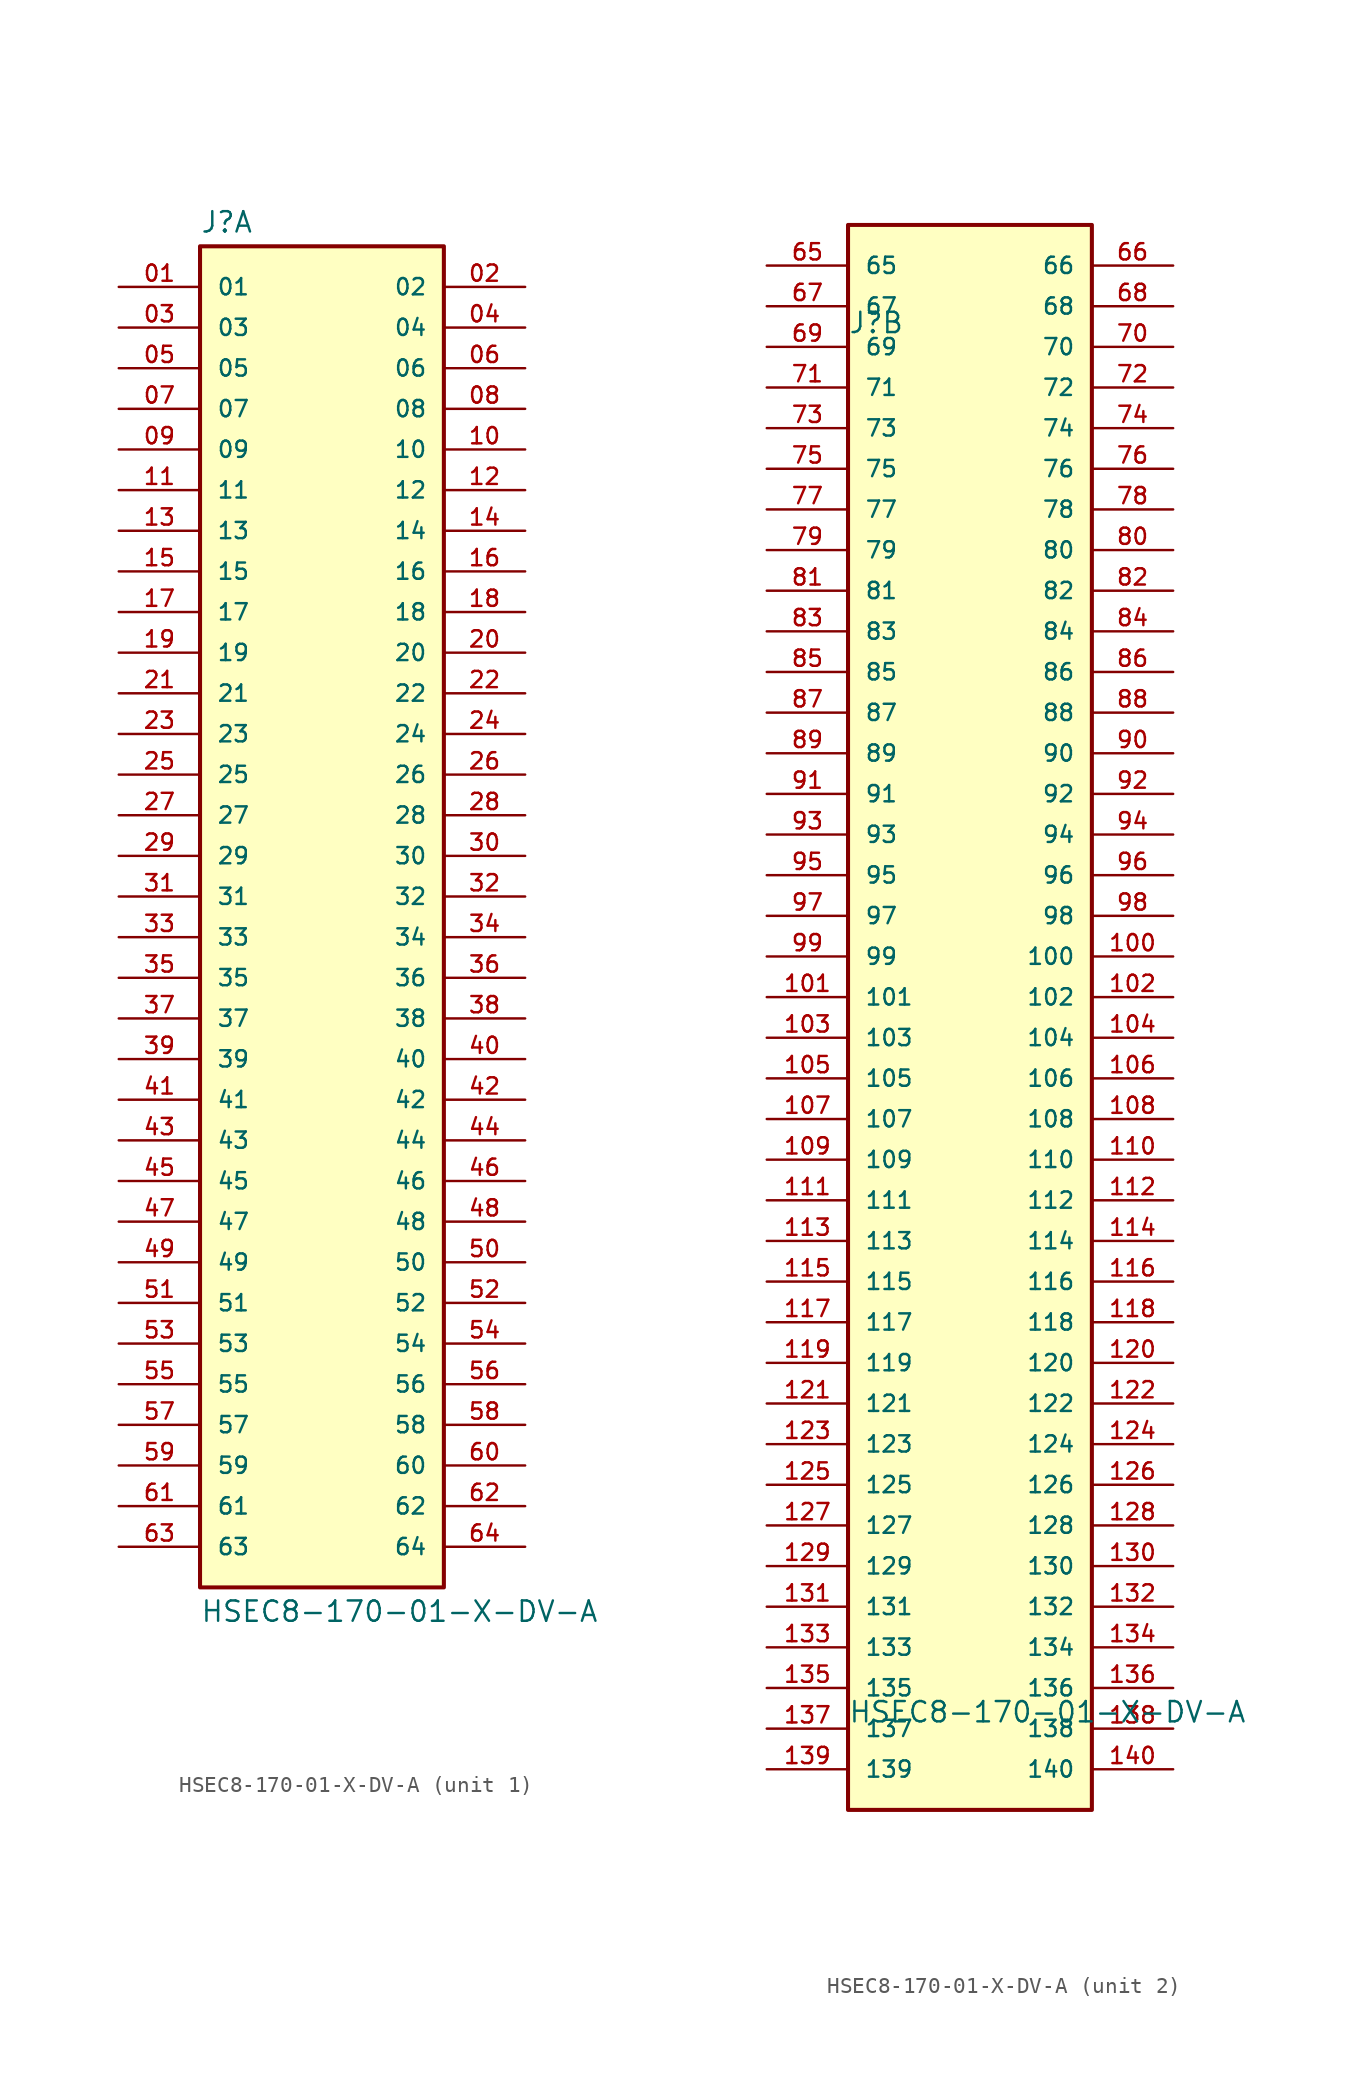
<source format=kicad_sym>
(kicad_symbol_lib
  (version 20211014)
  (generator kicad_symbol_editor)
  (symbol "HSEC8-170-01-X-DV-A"
    (pin_names
      (offset 1.016))
    (property "Reference" "J"
      (at -7.62 41.402 0)
      (effects (font (size 1.27 1.27)) (justify bottom left)))
    (property "Value" "HSEC8-170-01-X-DV-A"
      (at -7.62 -43.942 0)
      (effects (font (size 1.27 1.27)) (justify top left)))
    (symbol "HSEC8-170-01-X-DV-A_1_0"
      (rectangle (start -7.62 -43.18) (end 7.62 40.64) (stroke (width 0.254)) (fill (type background)))
      (pin passive line (at -12.7 38.1 0) (length 5.08) (name "01" (effects (font (size 1.016 1.016)))) (number "01" (effects (font (size 1.016 1.016)))))
      (pin passive line (at 12.7 38.1 180.0) (length 5.08) (name "02" (effects (font (size 1.016 1.016)))) (number "02" (effects (font (size 1.016 1.016)))))
      (pin passive line (at -12.7 35.56 0) (length 5.08) (name "03" (effects (font (size 1.016 1.016)))) (number "03" (effects (font (size 1.016 1.016)))))
      (pin passive line (at 12.7 35.56 180.0) (length 5.08) (name "04" (effects (font (size 1.016 1.016)))) (number "04" (effects (font (size 1.016 1.016)))))
      (pin passive line (at -12.7 33.02 0) (length 5.08) (name "05" (effects (font (size 1.016 1.016)))) (number "05" (effects (font (size 1.016 1.016)))))
      (pin passive line (at 12.7 33.02 180.0) (length 5.08) (name "06" (effects (font (size 1.016 1.016)))) (number "06" (effects (font (size 1.016 1.016)))))
      (pin passive line (at -12.7 30.48 0) (length 5.08) (name "07" (effects (font (size 1.016 1.016)))) (number "07" (effects (font (size 1.016 1.016)))))
      (pin passive line (at 12.7 30.48 180.0) (length 5.08) (name "08" (effects (font (size 1.016 1.016)))) (number "08" (effects (font (size 1.016 1.016)))))
      (pin passive line (at -12.7 27.94 0) (length 5.08) (name "09" (effects (font (size 1.016 1.016)))) (number "09" (effects (font (size 1.016 1.016)))))
      (pin passive line (at 12.7 27.94 180.0) (length 5.08) (name "10" (effects (font (size 1.016 1.016)))) (number "10" (effects (font (size 1.016 1.016)))))
      (pin passive line (at -12.7 25.4 0) (length 5.08) (name "11" (effects (font (size 1.016 1.016)))) (number "11" (effects (font (size 1.016 1.016)))))
      (pin passive line (at 12.7 25.4 180.0) (length 5.08) (name "12" (effects (font (size 1.016 1.016)))) (number "12" (effects (font (size 1.016 1.016)))))
      (pin passive line (at -12.7 22.86 0) (length 5.08) (name "13" (effects (font (size 1.016 1.016)))) (number "13" (effects (font (size 1.016 1.016)))))
      (pin passive line (at 12.7 22.86 180.0) (length 5.08) (name "14" (effects (font (size 1.016 1.016)))) (number "14" (effects (font (size 1.016 1.016)))))
      (pin passive line (at -12.7 20.32 0) (length 5.08) (name "15" (effects (font (size 1.016 1.016)))) (number "15" (effects (font (size 1.016 1.016)))))
      (pin passive line (at 12.7 20.32 180.0) (length 5.08) (name "16" (effects (font (size 1.016 1.016)))) (number "16" (effects (font (size 1.016 1.016)))))
      (pin passive line (at -12.7 17.78 0) (length 5.08) (name "17" (effects (font (size 1.016 1.016)))) (number "17" (effects (font (size 1.016 1.016)))))
      (pin passive line (at 12.7 17.78 180.0) (length 5.08) (name "18" (effects (font (size 1.016 1.016)))) (number "18" (effects (font (size 1.016 1.016)))))
      (pin passive line (at -12.7 15.24 0) (length 5.08) (name "19" (effects (font (size 1.016 1.016)))) (number "19" (effects (font (size 1.016 1.016)))))
      (pin passive line (at 12.7 15.24 180.0) (length 5.08) (name "20" (effects (font (size 1.016 1.016)))) (number "20" (effects (font (size 1.016 1.016)))))
      (pin passive line (at -12.7 12.7 0) (length 5.08) (name "21" (effects (font (size 1.016 1.016)))) (number "21" (effects (font (size 1.016 1.016)))))
      (pin passive line (at 12.7 12.7 180.0) (length 5.08) (name "22" (effects (font (size 1.016 1.016)))) (number "22" (effects (font (size 1.016 1.016)))))
      (pin passive line (at -12.7 10.16 0) (length 5.08) (name "23" (effects (font (size 1.016 1.016)))) (number "23" (effects (font (size 1.016 1.016)))))
      (pin passive line (at 12.7 10.16 180.0) (length 5.08) (name "24" (effects (font (size 1.016 1.016)))) (number "24" (effects (font (size 1.016 1.016)))))
      (pin passive line (at -12.7 7.62 0) (length 5.08) (name "25" (effects (font (size 1.016 1.016)))) (number "25" (effects (font (size 1.016 1.016)))))
      (pin passive line (at 12.7 7.62 180.0) (length 5.08) (name "26" (effects (font (size 1.016 1.016)))) (number "26" (effects (font (size 1.016 1.016)))))
      (pin passive line (at -12.7 5.08 0) (length 5.08) (name "27" (effects (font (size 1.016 1.016)))) (number "27" (effects (font (size 1.016 1.016)))))
      (pin passive line (at 12.7 5.08 180.0) (length 5.08) (name "28" (effects (font (size 1.016 1.016)))) (number "28" (effects (font (size 1.016 1.016)))))
      (pin passive line (at -12.7 2.54 0) (length 5.08) (name "29" (effects (font (size 1.016 1.016)))) (number "29" (effects (font (size 1.016 1.016)))))
      (pin passive line (at 12.7 2.54 180.0) (length 5.08) (name "30" (effects (font (size 1.016 1.016)))) (number "30" (effects (font (size 1.016 1.016)))))
      (pin passive line (at -12.7 0.0 0) (length 5.08) (name "31" (effects (font (size 1.016 1.016)))) (number "31" (effects (font (size 1.016 1.016)))))
      (pin passive line (at 12.7 0.0 180.0) (length 5.08) (name "32" (effects (font (size 1.016 1.016)))) (number "32" (effects (font (size 1.016 1.016)))))
      (pin passive line (at -12.7 -2.54 0) (length 5.08) (name "33" (effects (font (size 1.016 1.016)))) (number "33" (effects (font (size 1.016 1.016)))))
      (pin passive line (at 12.7 -2.54 180.0) (length 5.08) (name "34" (effects (font (size 1.016 1.016)))) (number "34" (effects (font (size 1.016 1.016)))))
      (pin passive line (at -12.7 -5.08 0) (length 5.08) (name "35" (effects (font (size 1.016 1.016)))) (number "35" (effects (font (size 1.016 1.016)))))
      (pin passive line (at 12.7 -5.08 180.0) (length 5.08) (name "36" (effects (font (size 1.016 1.016)))) (number "36" (effects (font (size 1.016 1.016)))))
      (pin passive line (at -12.7 -7.62 0) (length 5.08) (name "37" (effects (font (size 1.016 1.016)))) (number "37" (effects (font (size 1.016 1.016)))))
      (pin passive line (at 12.7 -7.62 180.0) (length 5.08) (name "38" (effects (font (size 1.016 1.016)))) (number "38" (effects (font (size 1.016 1.016)))))
      (pin passive line (at -12.7 -10.16 0) (length 5.08) (name "39" (effects (font (size 1.016 1.016)))) (number "39" (effects (font (size 1.016 1.016)))))
      (pin passive line (at 12.7 -10.16 180.0) (length 5.08) (name "40" (effects (font (size 1.016 1.016)))) (number "40" (effects (font (size 1.016 1.016)))))
      (pin passive line (at -12.7 -12.7 0) (length 5.08) (name "41" (effects (font (size 1.016 1.016)))) (number "41" (effects (font (size 1.016 1.016)))))
      (pin passive line (at 12.7 -12.7 180.0) (length 5.08) (name "42" (effects (font (size 1.016 1.016)))) (number "42" (effects (font (size 1.016 1.016)))))
      (pin passive line (at -12.7 -15.24 0) (length 5.08) (name "43" (effects (font (size 1.016 1.016)))) (number "43" (effects (font (size 1.016 1.016)))))
      (pin passive line (at 12.7 -15.24 180.0) (length 5.08) (name "44" (effects (font (size 1.016 1.016)))) (number "44" (effects (font (size 1.016 1.016)))))
      (pin passive line (at -12.7 -17.78 0) (length 5.08) (name "45" (effects (font (size 1.016 1.016)))) (number "45" (effects (font (size 1.016 1.016)))))
      (pin passive line (at 12.7 -17.78 180.0) (length 5.08) (name "46" (effects (font (size 1.016 1.016)))) (number "46" (effects (font (size 1.016 1.016)))))
      (pin passive line (at -12.7 -20.32 0) (length 5.08) (name "47" (effects (font (size 1.016 1.016)))) (number "47" (effects (font (size 1.016 1.016)))))
      (pin passive line (at 12.7 -20.32 180.0) (length 5.08) (name "48" (effects (font (size 1.016 1.016)))) (number "48" (effects (font (size 1.016 1.016)))))
      (pin passive line (at -12.7 -22.86 0) (length 5.08) (name "49" (effects (font (size 1.016 1.016)))) (number "49" (effects (font (size 1.016 1.016)))))
      (pin passive line (at 12.7 -22.86 180.0) (length 5.08) (name "50" (effects (font (size 1.016 1.016)))) (number "50" (effects (font (size 1.016 1.016)))))
      (pin passive line (at -12.7 -25.4 0) (length 5.08) (name "51" (effects (font (size 1.016 1.016)))) (number "51" (effects (font (size 1.016 1.016)))))
      (pin passive line (at 12.7 -25.4 180.0) (length 5.08) (name "52" (effects (font (size 1.016 1.016)))) (number "52" (effects (font (size 1.016 1.016)))))
      (pin passive line (at -12.7 -27.94 0) (length 5.08) (name "53" (effects (font (size 1.016 1.016)))) (number "53" (effects (font (size 1.016 1.016)))))
      (pin passive line (at 12.7 -27.94 180.0) (length 5.08) (name "54" (effects (font (size 1.016 1.016)))) (number "54" (effects (font (size 1.016 1.016)))))
      (pin passive line (at -12.7 -30.48 0) (length 5.08) (name "55" (effects (font (size 1.016 1.016)))) (number "55" (effects (font (size 1.016 1.016)))))
      (pin passive line (at 12.7 -30.48 180.0) (length 5.08) (name "56" (effects (font (size 1.016 1.016)))) (number "56" (effects (font (size 1.016 1.016)))))
      (pin passive line (at -12.7 -33.02 0) (length 5.08) (name "57" (effects (font (size 1.016 1.016)))) (number "57" (effects (font (size 1.016 1.016)))))
      (pin passive line (at 12.7 -33.02 180.0) (length 5.08) (name "58" (effects (font (size 1.016 1.016)))) (number "58" (effects (font (size 1.016 1.016)))))
      (pin passive line (at -12.7 -35.56 0) (length 5.08) (name "59" (effects (font (size 1.016 1.016)))) (number "59" (effects (font (size 1.016 1.016)))))
      (pin passive line (at 12.7 -35.56 180.0) (length 5.08) (name "60" (effects (font (size 1.016 1.016)))) (number "60" (effects (font (size 1.016 1.016)))))
      (pin passive line (at -12.7 -38.1 0) (length 5.08) (name "61" (effects (font (size 1.016 1.016)))) (number "61" (effects (font (size 1.016 1.016)))))
      (pin passive line (at 12.7 -38.1 180.0) (length 5.08) (name "62" (effects (font (size 1.016 1.016)))) (number "62" (effects (font (size 1.016 1.016)))))
      (pin passive line (at -12.7 -40.64 0) (length 5.08) (name "63" (effects (font (size 1.016 1.016)))) (number "63" (effects (font (size 1.016 1.016)))))
      (pin passive line (at 12.7 -40.64 180.0) (length 5.08) (name "64" (effects (font (size 1.016 1.016)))) (number "64" (effects (font (size 1.016 1.016))))))
    (symbol "HSEC8-170-01-X-DV-A_2_0"
      (rectangle (start -7.62 -50.8) (end 7.62 48.26) (stroke (width 0.254)) (fill (type background)))
      (pin passive line (at -12.7 38.1 0) (length 5.08) (name "71" (effects (font (size 1.016 1.016)))) (number "71" (effects (font (size 1.016 1.016)))))
      (pin passive line (at 12.7 38.1 180.0) (length 5.08) (name "72" (effects (font (size 1.016 1.016)))) (number "72" (effects (font (size 1.016 1.016)))))
      (pin passive line (at -12.7 35.56 0) (length 5.08) (name "73" (effects (font (size 1.016 1.016)))) (number "73" (effects (font (size 1.016 1.016)))))
      (pin passive line (at 12.7 35.56 180.0) (length 5.08) (name "74" (effects (font (size 1.016 1.016)))) (number "74" (effects (font (size 1.016 1.016)))))
      (pin passive line (at -12.7 33.02 0) (length 5.08) (name "75" (effects (font (size 1.016 1.016)))) (number "75" (effects (font (size 1.016 1.016)))))
      (pin passive line (at 12.7 33.02 180.0) (length 5.08) (name "76" (effects (font (size 1.016 1.016)))) (number "76" (effects (font (size 1.016 1.016)))))
      (pin passive line (at -12.7 30.48 0) (length 5.08) (name "77" (effects (font (size 1.016 1.016)))) (number "77" (effects (font (size 1.016 1.016)))))
      (pin passive line (at 12.7 30.48 180.0) (length 5.08) (name "78" (effects (font (size 1.016 1.016)))) (number "78" (effects (font (size 1.016 1.016)))))
      (pin passive line (at -12.7 27.94 0) (length 5.08) (name "79" (effects (font (size 1.016 1.016)))) (number "79" (effects (font (size 1.016 1.016)))))
      (pin passive line (at 12.7 27.94 180.0) (length 5.08) (name "80" (effects (font (size 1.016 1.016)))) (number "80" (effects (font (size 1.016 1.016)))))
      (pin passive line (at -12.7 25.4 0) (length 5.08) (name "81" (effects (font (size 1.016 1.016)))) (number "81" (effects (font (size 1.016 1.016)))))
      (pin passive line (at 12.7 25.4 180.0) (length 5.08) (name "82" (effects (font (size 1.016 1.016)))) (number "82" (effects (font (size 1.016 1.016)))))
      (pin passive line (at -12.7 22.86 0) (length 5.08) (name "83" (effects (font (size 1.016 1.016)))) (number "83" (effects (font (size 1.016 1.016)))))
      (pin passive line (at 12.7 22.86 180.0) (length 5.08) (name "84" (effects (font (size 1.016 1.016)))) (number "84" (effects (font (size 1.016 1.016)))))
      (pin passive line (at -12.7 20.32 0) (length 5.08) (name "85" (effects (font (size 1.016 1.016)))) (number "85" (effects (font (size 1.016 1.016)))))
      (pin passive line (at 12.7 20.32 180.0) (length 5.08) (name "86" (effects (font (size 1.016 1.016)))) (number "86" (effects (font (size 1.016 1.016)))))
      (pin passive line (at -12.7 17.78 0) (length 5.08) (name "87" (effects (font (size 1.016 1.016)))) (number "87" (effects (font (size 1.016 1.016)))))
      (pin passive line (at 12.7 17.78 180.0) (length 5.08) (name "88" (effects (font (size 1.016 1.016)))) (number "88" (effects (font (size 1.016 1.016)))))
      (pin passive line (at -12.7 15.24 0) (length 5.08) (name "89" (effects (font (size 1.016 1.016)))) (number "89" (effects (font (size 1.016 1.016)))))
      (pin passive line (at 12.7 15.24 180.0) (length 5.08) (name "90" (effects (font (size 1.016 1.016)))) (number "90" (effects (font (size 1.016 1.016)))))
      (pin passive line (at -12.7 12.7 0) (length 5.08) (name "91" (effects (font (size 1.016 1.016)))) (number "91" (effects (font (size 1.016 1.016)))))
      (pin passive line (at 12.7 12.7 180.0) (length 5.08) (name "92" (effects (font (size 1.016 1.016)))) (number "92" (effects (font (size 1.016 1.016)))))
      (pin passive line (at -12.7 10.16 0) (length 5.08) (name "93" (effects (font (size 1.016 1.016)))) (number "93" (effects (font (size 1.016 1.016)))))
      (pin passive line (at 12.7 10.16 180.0) (length 5.08) (name "94" (effects (font (size 1.016 1.016)))) (number "94" (effects (font (size 1.016 1.016)))))
      (pin passive line (at -12.7 7.62 0) (length 5.08) (name "95" (effects (font (size 1.016 1.016)))) (number "95" (effects (font (size 1.016 1.016)))))
      (pin passive line (at 12.7 7.62 180.0) (length 5.08) (name "96" (effects (font (size 1.016 1.016)))) (number "96" (effects (font (size 1.016 1.016)))))
      (pin passive line (at -12.7 5.08 0) (length 5.08) (name "97" (effects (font (size 1.016 1.016)))) (number "97" (effects (font (size 1.016 1.016)))))
      (pin passive line (at 12.7 5.08 180.0) (length 5.08) (name "98" (effects (font (size 1.016 1.016)))) (number "98" (effects (font (size 1.016 1.016)))))
      (pin passive line (at -12.7 2.54 0) (length 5.08) (name "99" (effects (font (size 1.016 1.016)))) (number "99" (effects (font (size 1.016 1.016)))))
      (pin passive line (at 12.7 2.54 180.0) (length 5.08) (name "100" (effects (font (size 1.016 1.016)))) (number "100" (effects (font (size 1.016 1.016)))))
      (pin passive line (at -12.7 0.0 0) (length 5.08) (name "101" (effects (font (size 1.016 1.016)))) (number "101" (effects (font (size 1.016 1.016)))))
      (pin passive line (at 12.7 0.0 180.0) (length 5.08) (name "102" (effects (font (size 1.016 1.016)))) (number "102" (effects (font (size 1.016 1.016)))))
      (pin passive line (at -12.7 -2.54 0) (length 5.08) (name "103" (effects (font (size 1.016 1.016)))) (number "103" (effects (font (size 1.016 1.016)))))
      (pin passive line (at 12.7 -2.54 180.0) (length 5.08) (name "104" (effects (font (size 1.016 1.016)))) (number "104" (effects (font (size 1.016 1.016)))))
      (pin passive line (at -12.7 -5.08 0) (length 5.08) (name "105" (effects (font (size 1.016 1.016)))) (number "105" (effects (font (size 1.016 1.016)))))
      (pin passive line (at 12.7 -5.08 180.0) (length 5.08) (name "106" (effects (font (size 1.016 1.016)))) (number "106" (effects (font (size 1.016 1.016)))))
      (pin passive line (at -12.7 -7.62 0) (length 5.08) (name "107" (effects (font (size 1.016 1.016)))) (number "107" (effects (font (size 1.016 1.016)))))
      (pin passive line (at 12.7 -7.62 180.0) (length 5.08) (name "108" (effects (font (size 1.016 1.016)))) (number "108" (effects (font (size 1.016 1.016)))))
      (pin passive line (at -12.7 -10.16 0) (length 5.08) (name "109" (effects (font (size 1.016 1.016)))) (number "109" (effects (font (size 1.016 1.016)))))
      (pin passive line (at 12.7 -10.16 180.0) (length 5.08) (name "110" (effects (font (size 1.016 1.016)))) (number "110" (effects (font (size 1.016 1.016)))))
      (pin passive line (at -12.7 -12.7 0) (length 5.08) (name "111" (effects (font (size 1.016 1.016)))) (number "111" (effects (font (size 1.016 1.016)))))
      (pin passive line (at 12.7 -12.7 180.0) (length 5.08) (name "112" (effects (font (size 1.016 1.016)))) (number "112" (effects (font (size 1.016 1.016)))))
      (pin passive line (at -12.7 -15.24 0) (length 5.08) (name "113" (effects (font (size 1.016 1.016)))) (number "113" (effects (font (size 1.016 1.016)))))
      (pin passive line (at 12.7 -15.24 180.0) (length 5.08) (name "114" (effects (font (size 1.016 1.016)))) (number "114" (effects (font (size 1.016 1.016)))))
      (pin passive line (at -12.7 -17.78 0) (length 5.08) (name "115" (effects (font (size 1.016 1.016)))) (number "115" (effects (font (size 1.016 1.016)))))
      (pin passive line (at 12.7 -17.78 180.0) (length 5.08) (name "116" (effects (font (size 1.016 1.016)))) (number "116" (effects (font (size 1.016 1.016)))))
      (pin passive line (at -12.7 -20.32 0) (length 5.08) (name "117" (effects (font (size 1.016 1.016)))) (number "117" (effects (font (size 1.016 1.016)))))
      (pin passive line (at 12.7 -20.32 180.0) (length 5.08) (name "118" (effects (font (size 1.016 1.016)))) (number "118" (effects (font (size 1.016 1.016)))))
      (pin passive line (at -12.7 -22.86 0) (length 5.08) (name "119" (effects (font (size 1.016 1.016)))) (number "119" (effects (font (size 1.016 1.016)))))
      (pin passive line (at 12.7 -22.86 180.0) (length 5.08) (name "120" (effects (font (size 1.016 1.016)))) (number "120" (effects (font (size 1.016 1.016)))))
      (pin passive line (at -12.7 -25.4 0) (length 5.08) (name "121" (effects (font (size 1.016 1.016)))) (number "121" (effects (font (size 1.016 1.016)))))
      (pin passive line (at 12.7 -25.4 180.0) (length 5.08) (name "122" (effects (font (size 1.016 1.016)))) (number "122" (effects (font (size 1.016 1.016)))))
      (pin passive line (at -12.7 -27.94 0) (length 5.08) (name "123" (effects (font (size 1.016 1.016)))) (number "123" (effects (font (size 1.016 1.016)))))
      (pin passive line (at 12.7 -27.94 180.0) (length 5.08) (name "124" (effects (font (size 1.016 1.016)))) (number "124" (effects (font (size 1.016 1.016)))))
      (pin passive line (at -12.7 -30.48 0) (length 5.08) (name "125" (effects (font (size 1.016 1.016)))) (number "125" (effects (font (size 1.016 1.016)))))
      (pin passive line (at 12.7 -30.48 180.0) (length 5.08) (name "126" (effects (font (size 1.016 1.016)))) (number "126" (effects (font (size 1.016 1.016)))))
      (pin passive line (at -12.7 -33.02 0) (length 5.08) (name "127" (effects (font (size 1.016 1.016)))) (number "127" (effects (font (size 1.016 1.016)))))
      (pin passive line (at 12.7 -33.02 180.0) (length 5.08) (name "128" (effects (font (size 1.016 1.016)))) (number "128" (effects (font (size 1.016 1.016)))))
      (pin passive line (at -12.7 -35.56 0) (length 5.08) (name "129" (effects (font (size 1.016 1.016)))) (number "129" (effects (font (size 1.016 1.016)))))
      (pin passive line (at 12.7 -35.56 180.0) (length 5.08) (name "130" (effects (font (size 1.016 1.016)))) (number "130" (effects (font (size 1.016 1.016)))))
      (pin passive line (at -12.7 -38.1 0) (length 5.08) (name "131" (effects (font (size 1.016 1.016)))) (number "131" (effects (font (size 1.016 1.016)))))
      (pin passive line (at 12.7 -38.1 180.0) (length 5.08) (name "132" (effects (font (size 1.016 1.016)))) (number "132" (effects (font (size 1.016 1.016)))))
      (pin passive line (at -12.7 -40.64 0) (length 5.08) (name "133" (effects (font (size 1.016 1.016)))) (number "133" (effects (font (size 1.016 1.016)))))
      (pin passive line (at 12.7 -40.64 180.0) (length 5.08) (name "134" (effects (font (size 1.016 1.016)))) (number "134" (effects (font (size 1.016 1.016)))))
      (pin passive line (at -12.7 -43.18 0) (length 5.08) (name "135" (effects (font (size 1.016 1.016)))) (number "135" (effects (font (size 1.016 1.016)))))
      (pin passive line (at 12.7 -43.18 180.0) (length 5.08) (name "136" (effects (font (size 1.016 1.016)))) (number "136" (effects (font (size 1.016 1.016)))))
      (pin passive line (at -12.7 -45.72 0) (length 5.08) (name "137" (effects (font (size 1.016 1.016)))) (number "137" (effects (font (size 1.016 1.016)))))
      (pin passive line (at 12.7 -45.72 180.0) (length 5.08) (name "138" (effects (font (size 1.016 1.016)))) (number "138" (effects (font (size 1.016 1.016)))))
      (pin passive line (at -12.7 -48.26 0) (length 5.08) (name "139" (effects (font (size 1.016 1.016)))) (number "139" (effects (font (size 1.016 1.016)))))
      (pin passive line (at 12.7 -48.26 180.0) (length 5.08) (name "140" (effects (font (size 1.016 1.016)))) (number "140" (effects (font (size 1.016 1.016)))))
      (pin passive line (at -12.7 45.72 0) (length 5.08) (name "65" (effects (font (size 1.016 1.016)))) (number "65" (effects (font (size 1.016 1.016)))))
      (pin passive line (at 12.7 45.72 180.0) (length 5.08) (name "66" (effects (font (size 1.016 1.016)))) (number "66" (effects (font (size 1.016 1.016)))))
      (pin passive line (at -12.7 43.18 0) (length 5.08) (name "67" (effects (font (size 1.016 1.016)))) (number "67" (effects (font (size 1.016 1.016)))))
      (pin passive line (at 12.7 43.18 180.0) (length 5.08) (name "68" (effects (font (size 1.016 1.016)))) (number "68" (effects (font (size 1.016 1.016)))))
      (pin passive line (at -12.7 40.64 0) (length 5.08) (name "69" (effects (font (size 1.016 1.016)))) (number "69" (effects (font (size 1.016 1.016)))))
      (pin passive line (at 12.7 40.64 180.0) (length 5.08) (name "70" (effects (font (size 1.016 1.016)))) (number "70" (effects (font (size 1.016 1.016))))))))
</source>
